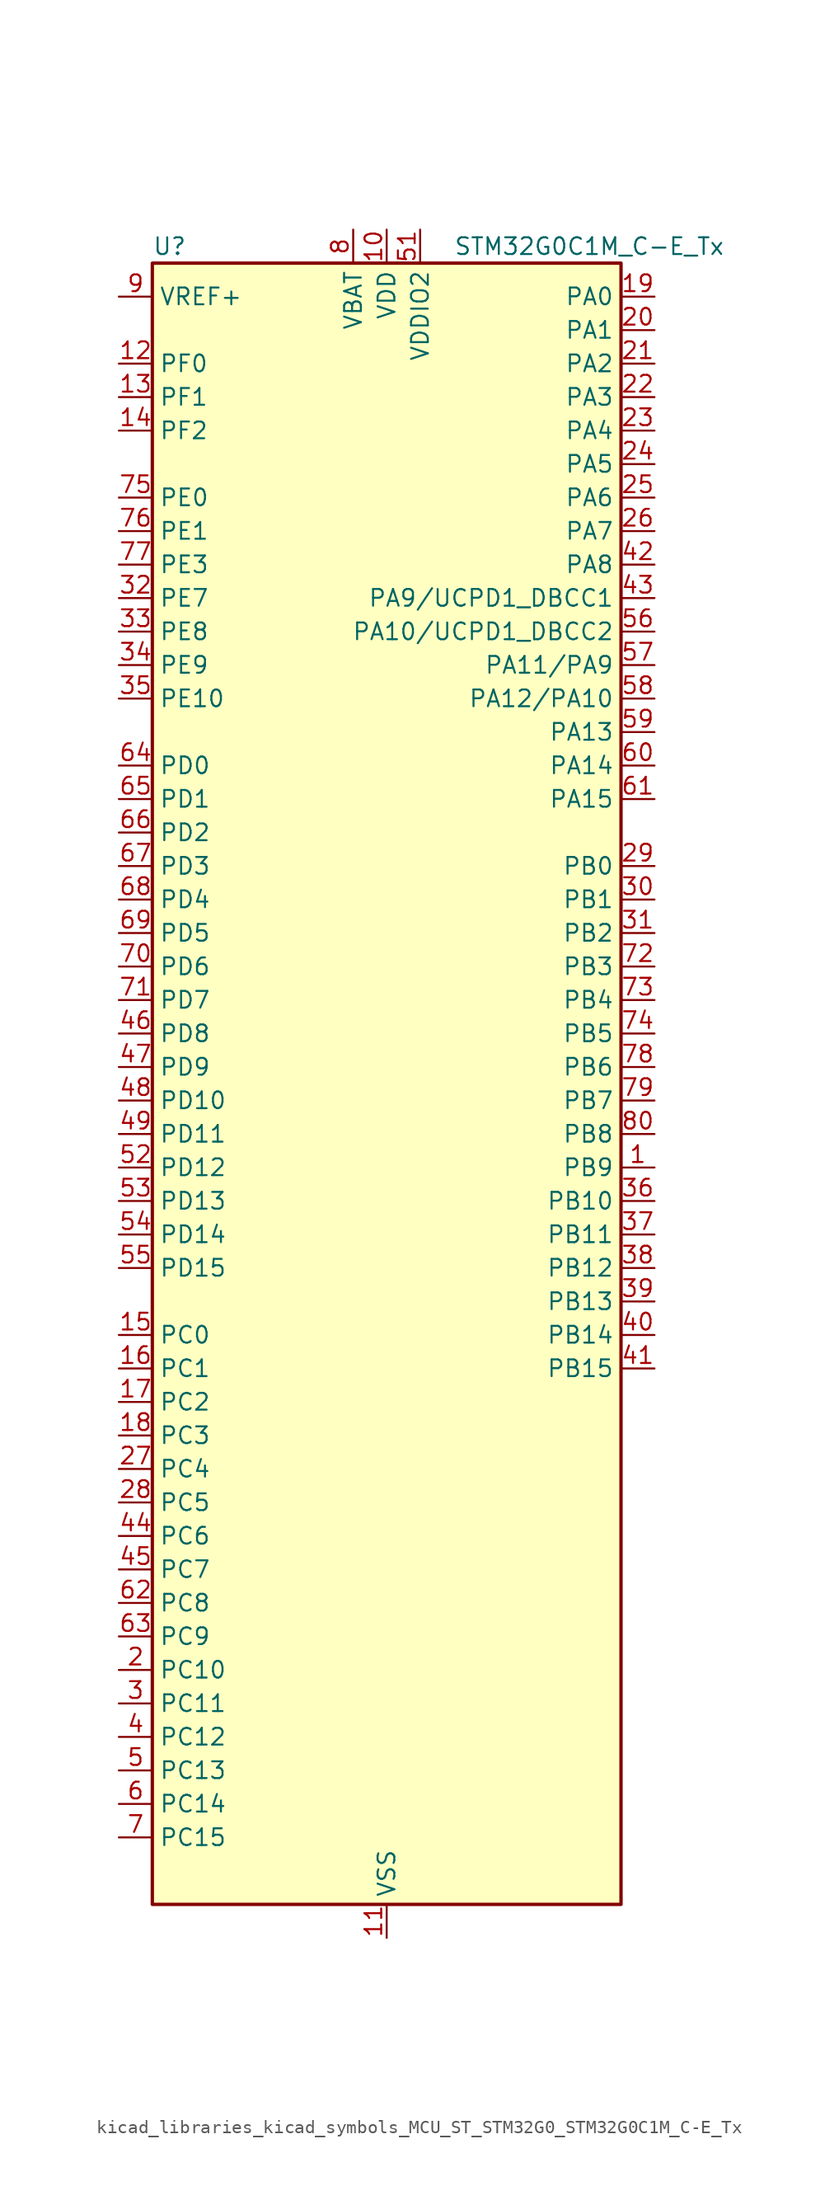
<source format=kicad_sym>
(kicad_symbol_lib
  (version 20220914)
  (generator kicad_symbol_editor)
  (symbol "kicad_libraries_kicad_symbols_MCU_ST_STM32G0_STM32G0C1M_C-E_Tx"
    (property "Reference" "U"
      (at -17.78 64.77 0)
      (effects (font (size 1.27 1.27)) (justify left)))
    (property "Value" "STM32G0C1M_C-E_Tx"
      (at 5.08 64.77 0)
      (effects (font (size 1.27 1.27)) (justify left)))
    (property "ki_locked" ""
      (at 0 0 0)
      (effects (font (size 1.27 1.27))))
    (symbol "kicad_libraries_kicad_symbols_MCU_ST_STM32G0_STM32G0C1M_C-E_Tx_0_1"
      (rectangle (start -17.78 -60.96) (end 17.78 63.5) (stroke (width 0.254) (type default)) (fill (type background))))
    (symbol "kicad_libraries_kicad_symbols_MCU_ST_STM32G0_STM32G0C1M_C-E_Tx_1_1"
      (pin bidirectional line (at 20.32 -5.08 180) (length 2.54) (name "PB9" (effects (font (size 1.27 1.27)))) (number "1" (effects (font (size 1.27 1.27)))) (alternate "DAC1_EXTI9" bidirectional line) (alternate "FDCAN1_TX" bidirectional line) (alternate "I2C1_SDA" bidirectional line) (alternate "I2S2_WS" bidirectional line) (alternate "IR_OUT" bidirectional line) (alternate "SPI2_NSS" bidirectional line) (alternate "TIM17_CH1" bidirectional line) (alternate "TIM4_CH4" bidirectional line) (alternate "UCPD2_FRSTX1" bidirectional line) (alternate "UCPD2_FRSTX2" bidirectional line) (alternate "USART3_RX" bidirectional line) (alternate "USART6_RX" bidirectional line))
      (pin power_in line (at 0 66.04 270) (length 2.54) (name "VDD" (effects (font (size 1.27 1.27)))) (number "10" (effects (font (size 1.27 1.27)))))
      (pin power_in line (at 0 -63.5 90) (length 2.54) (name "VSS" (effects (font (size 1.27 1.27)))) (number "11" (effects (font (size 1.27 1.27)))))
      (pin bidirectional line (at -20.32 55.88 0) (length 2.54) (name "PF0" (effects (font (size 1.27 1.27)))) (number "12" (effects (font (size 1.27 1.27)))) (alternate "CRS1_SYNC" bidirectional line) (alternate "RCC_OSC_IN" bidirectional line) (alternate "TIM14_CH1" bidirectional line))
      (pin bidirectional line (at -20.32 53.34 0) (length 2.54) (name "PF1" (effects (font (size 1.27 1.27)))) (number "13" (effects (font (size 1.27 1.27)))) (alternate "RCC_OSC_EN" bidirectional line) (alternate "RCC_OSC_OUT" bidirectional line) (alternate "TIM15_CH1N" bidirectional line))
      (pin bidirectional line (at -20.32 50.8 0) (length 2.54) (name "PF2" (effects (font (size 1.27 1.27)))) (number "14" (effects (font (size 1.27 1.27)))) (alternate "LPUART2_DE" bidirectional line) (alternate "LPUART2_RTS" bidirectional line) (alternate "LPUART2_TX" bidirectional line) (alternate "RCC_MCO" bidirectional line))
      (pin bidirectional line (at -20.32 -17.78 0) (length 2.54) (name "PC0" (effects (font (size 1.27 1.27)))) (number "15" (effects (font (size 1.27 1.27)))) (alternate "COMP3_INM" bidirectional line) (alternate "COMP3_OUT" bidirectional line) (alternate "I2C3_SCL" bidirectional line) (alternate "LPTIM1_IN1" bidirectional line) (alternate "LPTIM2_IN1" bidirectional line) (alternate "LPUART1_RX" bidirectional line) (alternate "LPUART2_TX" bidirectional line) (alternate "USART6_TX" bidirectional line))
      (pin bidirectional line (at -20.32 -20.32 0) (length 2.54) (name "PC1" (effects (font (size 1.27 1.27)))) (number "16" (effects (font (size 1.27 1.27)))) (alternate "COMP3_INP" bidirectional line) (alternate "I2C3_SDA" bidirectional line) (alternate "LPTIM1_OUT" bidirectional line) (alternate "LPUART1_TX" bidirectional line) (alternate "LPUART2_RX" bidirectional line) (alternate "TIM15_CH1" bidirectional line) (alternate "USART6_RX" bidirectional line))
      (pin bidirectional line (at -20.32 -22.86 0) (length 2.54) (name "PC2" (effects (font (size 1.27 1.27)))) (number "17" (effects (font (size 1.27 1.27)))) (alternate "COMP3_OUT" bidirectional line) (alternate "FDCAN2_RX" bidirectional line) (alternate "I2S2_MCK" bidirectional line) (alternate "LPTIM1_IN2" bidirectional line) (alternate "SPI2_MISO" bidirectional line) (alternate "TIM15_CH2" bidirectional line))
      (pin bidirectional line (at -20.32 -25.4 0) (length 2.54) (name "PC3" (effects (font (size 1.27 1.27)))) (number "18" (effects (font (size 1.27 1.27)))) (alternate "FDCAN2_TX" bidirectional line) (alternate "I2S2_SD" bidirectional line) (alternate "LPTIM1_ETR" bidirectional line) (alternate "LPTIM2_ETR" bidirectional line) (alternate "SPI2_MOSI" bidirectional line))
      (pin bidirectional line (at 20.32 60.96 180) (length 2.54) (name "PA0" (effects (font (size 1.27 1.27)))) (number "19" (effects (font (size 1.27 1.27)))) (alternate "ADC1_IN0" bidirectional line) (alternate "COMP1_INM" bidirectional line) (alternate "COMP1_OUT" bidirectional line) (alternate "I2S2_CK" bidirectional line) (alternate "LPTIM1_OUT" bidirectional line) (alternate "RTC_TAMP_IN2" bidirectional line) (alternate "SPI2_SCK" bidirectional line) (alternate "SYS_WKUP1" bidirectional line) (alternate "TIM2_CH1" bidirectional line) (alternate "TIM2_ETR" bidirectional line) (alternate "UCPD2_FRSTX1" bidirectional line) (alternate "UCPD2_FRSTX2" bidirectional line) (alternate "USART2_CTS" bidirectional line) (alternate "USART2_NSS" bidirectional line) (alternate "USART4_TX" bidirectional line))
      (pin bidirectional line (at -20.32 -43.18 0) (length 2.54) (name "PC10" (effects (font (size 1.27 1.27)))) (number "2" (effects (font (size 1.27 1.27)))) (alternate "SPI3_SCK" bidirectional line) (alternate "TIM1_CH3" bidirectional line) (alternate "USART3_TX" bidirectional line) (alternate "USART4_TX" bidirectional line))
      (pin bidirectional line (at 20.32 58.42 180) (length 2.54) (name "PA1" (effects (font (size 1.27 1.27)))) (number "20" (effects (font (size 1.27 1.27)))) (alternate "ADC1_IN1" bidirectional line) (alternate "COMP1_INP" bidirectional line) (alternate "I2C1_SMBA" bidirectional line) (alternate "I2S1_CK" bidirectional line) (alternate "SPI1_SCK" bidirectional line) (alternate "TIM15_CH1N" bidirectional line) (alternate "TIM2_CH2" bidirectional line) (alternate "USART2_CK" bidirectional line) (alternate "USART2_DE" bidirectional line) (alternate "USART2_RTS" bidirectional line) (alternate "USART4_RX" bidirectional line))
      (pin bidirectional line (at 20.32 55.88 180) (length 2.54) (name "PA2" (effects (font (size 1.27 1.27)))) (number "21" (effects (font (size 1.27 1.27)))) (alternate "ADC1_IN2" bidirectional line) (alternate "COMP2_INM" bidirectional line) (alternate "COMP2_OUT" bidirectional line) (alternate "I2S1_SD" bidirectional line) (alternate "LPUART1_TX" bidirectional line) (alternate "RCC_LSCO" bidirectional line) (alternate "SPI1_MOSI" bidirectional line) (alternate "SYS_WKUP4" bidirectional line) (alternate "TIM15_CH1" bidirectional line) (alternate "TIM2_CH3" bidirectional line) (alternate "UCPD1_FRSTX1" bidirectional line) (alternate "UCPD1_FRSTX2" bidirectional line) (alternate "USART2_TX" bidirectional line))
      (pin bidirectional line (at 20.32 53.34 180) (length 2.54) (name "PA3" (effects (font (size 1.27 1.27)))) (number "22" (effects (font (size 1.27 1.27)))) (alternate "ADC1_IN3" bidirectional line) (alternate "COMP2_INP" bidirectional line) (alternate "I2S2_MCK" bidirectional line) (alternate "LPUART1_RX" bidirectional line) (alternate "SPI2_MISO" bidirectional line) (alternate "TIM15_CH2" bidirectional line) (alternate "TIM2_CH4" bidirectional line) (alternate "UCPD2_FRSTX1" bidirectional line) (alternate "UCPD2_FRSTX2" bidirectional line) (alternate "USART2_RX" bidirectional line))
      (pin bidirectional line (at 20.32 50.8 180) (length 2.54) (name "PA4" (effects (font (size 1.27 1.27)))) (number "23" (effects (font (size 1.27 1.27)))) (alternate "ADC1_IN4" bidirectional line) (alternate "DAC1_OUT1" bidirectional line) (alternate "I2S1_WS" bidirectional line) (alternate "I2S2_SD" bidirectional line) (alternate "LPTIM2_OUT" bidirectional line) (alternate "RTC_OUT2" bidirectional line) (alternate "SPI1_NSS" bidirectional line) (alternate "SPI2_MOSI" bidirectional line) (alternate "SPI3_NSS" bidirectional line) (alternate "TIM14_CH1" bidirectional line) (alternate "UCPD2_FRSTX1" bidirectional line) (alternate "UCPD2_FRSTX2" bidirectional line) (alternate "USART6_TX" bidirectional line) (alternate "USB_NOE" bidirectional line))
      (pin bidirectional line (at 20.32 48.26 180) (length 2.54) (name "PA5" (effects (font (size 1.27 1.27)))) (number "24" (effects (font (size 1.27 1.27)))) (alternate "ADC1_IN5" bidirectional line) (alternate "CEC" bidirectional line) (alternate "DAC1_OUT2" bidirectional line) (alternate "I2S1_CK" bidirectional line) (alternate "LPTIM2_ETR" bidirectional line) (alternate "SPI1_SCK" bidirectional line) (alternate "TIM2_CH1" bidirectional line) (alternate "TIM2_ETR" bidirectional line) (alternate "UCPD1_FRSTX1" bidirectional line) (alternate "UCPD1_FRSTX2" bidirectional line) (alternate "USART3_TX" bidirectional line) (alternate "USART6_RX" bidirectional line))
      (pin bidirectional line (at 20.32 45.72 180) (length 2.54) (name "PA6" (effects (font (size 1.27 1.27)))) (number "25" (effects (font (size 1.27 1.27)))) (alternate "ADC1_IN6" bidirectional line) (alternate "COMP1_OUT" bidirectional line) (alternate "I2C2_SDA" bidirectional line) (alternate "I2C3_SDA" bidirectional line) (alternate "I2S1_MCK" bidirectional line) (alternate "LPUART1_CTS" bidirectional line) (alternate "SPI1_MISO" bidirectional line) (alternate "TIM16_CH1" bidirectional line) (alternate "TIM1_BK" bidirectional line) (alternate "TIM3_CH1" bidirectional line) (alternate "USART3_CTS" bidirectional line) (alternate "USART3_NSS" bidirectional line) (alternate "USART6_CTS" bidirectional line) (alternate "USART6_NSS" bidirectional line))
      (pin bidirectional line (at 20.32 43.18 180) (length 2.54) (name "PA7" (effects (font (size 1.27 1.27)))) (number "26" (effects (font (size 1.27 1.27)))) (alternate "ADC1_IN7" bidirectional line) (alternate "COMP2_OUT" bidirectional line) (alternate "I2C2_SCL" bidirectional line) (alternate "I2C3_SCL" bidirectional line) (alternate "I2S1_SD" bidirectional line) (alternate "SPI1_MOSI" bidirectional line) (alternate "TIM14_CH1" bidirectional line) (alternate "TIM17_CH1" bidirectional line) (alternate "TIM1_CH1N" bidirectional line) (alternate "TIM3_CH2" bidirectional line) (alternate "UCPD1_FRSTX1" bidirectional line) (alternate "UCPD1_FRSTX2" bidirectional line) (alternate "USART6_CK" bidirectional line) (alternate "USART6_DE" bidirectional line) (alternate "USART6_RTS" bidirectional line))
      (pin bidirectional line (at -20.32 -27.94 0) (length 2.54) (name "PC4" (effects (font (size 1.27 1.27)))) (number "27" (effects (font (size 1.27 1.27)))) (alternate "ADC1_IN17" bidirectional line) (alternate "COMP1_INM" bidirectional line) (alternate "FDCAN1_RX" bidirectional line) (alternate "TIM2_CH1" bidirectional line) (alternate "TIM2_ETR" bidirectional line) (alternate "USART1_TX" bidirectional line) (alternate "USART3_TX" bidirectional line))
      (pin bidirectional line (at -20.32 -30.48 0) (length 2.54) (name "PC5" (effects (font (size 1.27 1.27)))) (number "28" (effects (font (size 1.27 1.27)))) (alternate "ADC1_IN18" bidirectional line) (alternate "COMP1_INP" bidirectional line) (alternate "FDCAN1_TX" bidirectional line) (alternate "SYS_WKUP5" bidirectional line) (alternate "TIM2_CH2" bidirectional line) (alternate "USART1_RX" bidirectional line) (alternate "USART3_RX" bidirectional line))
      (pin bidirectional line (at 20.32 17.78 180) (length 2.54) (name "PB0" (effects (font (size 1.27 1.27)))) (number "29" (effects (font (size 1.27 1.27)))) (alternate "ADC1_IN8" bidirectional line) (alternate "COMP1_OUT" bidirectional line) (alternate "COMP3_INP" bidirectional line) (alternate "FDCAN2_RX" bidirectional line) (alternate "I2S1_WS" bidirectional line) (alternate "LPTIM1_OUT" bidirectional line) (alternate "LPUART2_CTS" bidirectional line) (alternate "SPI1_NSS" bidirectional line) (alternate "TIM1_CH2N" bidirectional line) (alternate "TIM3_CH3" bidirectional line) (alternate "UCPD1_FRSTX1" bidirectional line) (alternate "UCPD1_FRSTX2" bidirectional line) (alternate "USART3_RX" bidirectional line) (alternate "USART5_TX" bidirectional line))
      (pin bidirectional line (at -20.32 -45.72 0) (length 2.54) (name "PC11" (effects (font (size 1.27 1.27)))) (number "3" (effects (font (size 1.27 1.27)))) (alternate "ADC1_EXTI11" bidirectional line) (alternate "SPI3_MISO" bidirectional line) (alternate "TIM1_CH4" bidirectional line) (alternate "USART3_RX" bidirectional line) (alternate "USART4_RX" bidirectional line))
      (pin bidirectional line (at 20.32 15.24 180) (length 2.54) (name "PB1" (effects (font (size 1.27 1.27)))) (number "30" (effects (font (size 1.27 1.27)))) (alternate "ADC1_IN9" bidirectional line) (alternate "COMP1_INM" bidirectional line) (alternate "COMP3_OUT" bidirectional line) (alternate "FDCAN2_TX" bidirectional line) (alternate "LPTIM2_IN1" bidirectional line) (alternate "LPUART1_DE" bidirectional line) (alternate "LPUART1_RTS" bidirectional line) (alternate "LPUART2_DE" bidirectional line) (alternate "LPUART2_RTS" bidirectional line) (alternate "TIM14_CH1" bidirectional line) (alternate "TIM1_CH3N" bidirectional line) (alternate "TIM3_CH4" bidirectional line) (alternate "USART3_CK" bidirectional line) (alternate "USART3_DE" bidirectional line) (alternate "USART3_RTS" bidirectional line) (alternate "USART5_RX" bidirectional line))
      (pin bidirectional line (at 20.32 12.7 180) (length 2.54) (name "PB2" (effects (font (size 1.27 1.27)))) (number "31" (effects (font (size 1.27 1.27)))) (alternate "ADC1_IN10" bidirectional line) (alternate "COMP1_INP" bidirectional line) (alternate "COMP3_INM" bidirectional line) (alternate "I2S2_MCK" bidirectional line) (alternate "LPTIM1_OUT" bidirectional line) (alternate "RCC_MCO_2" bidirectional line) (alternate "SPI2_MISO" bidirectional line) (alternate "USART3_TX" bidirectional line))
      (pin bidirectional line (at -20.32 38.1 0) (length 2.54) (name "PE7" (effects (font (size 1.27 1.27)))) (number "32" (effects (font (size 1.27 1.27)))) (alternate "COMP3_INP" bidirectional line) (alternate "TIM1_ETR" bidirectional line) (alternate "USART5_CK" bidirectional line) (alternate "USART5_DE" bidirectional line) (alternate "USART5_RTS" bidirectional line))
      (pin bidirectional line (at -20.32 35.56 0) (length 2.54) (name "PE8" (effects (font (size 1.27 1.27)))) (number "33" (effects (font (size 1.27 1.27)))) (alternate "COMP3_INM" bidirectional line) (alternate "TIM1_CH1N" bidirectional line) (alternate "USART4_TX" bidirectional line))
      (pin bidirectional line (at -20.32 33.02 0) (length 2.54) (name "PE9" (effects (font (size 1.27 1.27)))) (number "34" (effects (font (size 1.27 1.27)))) (alternate "DAC1_EXTI9" bidirectional line) (alternate "TIM1_CH1" bidirectional line) (alternate "USART4_RX" bidirectional line))
      (pin bidirectional line (at -20.32 30.48 0) (length 2.54) (name "PE10" (effects (font (size 1.27 1.27)))) (number "35" (effects (font (size 1.27 1.27)))) (alternate "TIM1_CH2N" bidirectional line) (alternate "USART5_TX" bidirectional line))
      (pin bidirectional line (at 20.32 -7.62 180) (length 2.54) (name "PB10" (effects (font (size 1.27 1.27)))) (number "36" (effects (font (size 1.27 1.27)))) (alternate "ADC1_IN11" bidirectional line) (alternate "CEC" bidirectional line) (alternate "COMP1_OUT" bidirectional line) (alternate "I2C2_SCL" bidirectional line) (alternate "I2S2_CK" bidirectional line) (alternate "LPUART1_RX" bidirectional line) (alternate "SPI2_SCK" bidirectional line) (alternate "TIM2_CH3" bidirectional line) (alternate "USART3_TX" bidirectional line))
      (pin bidirectional line (at 20.32 -10.16 180) (length 2.54) (name "PB11" (effects (font (size 1.27 1.27)))) (number "37" (effects (font (size 1.27 1.27)))) (alternate "ADC1_EXTI11" bidirectional line) (alternate "ADC1_IN15" bidirectional line) (alternate "COMP2_OUT" bidirectional line) (alternate "I2C2_SDA" bidirectional line) (alternate "I2S2_SD" bidirectional line) (alternate "LPUART1_TX" bidirectional line) (alternate "SPI2_MOSI" bidirectional line) (alternate "TIM2_CH4" bidirectional line) (alternate "USART3_RX" bidirectional line))
      (pin bidirectional line (at 20.32 -12.7 180) (length 2.54) (name "PB12" (effects (font (size 1.27 1.27)))) (number "38" (effects (font (size 1.27 1.27)))) (alternate "ADC1_IN16" bidirectional line) (alternate "FDCAN2_RX" bidirectional line) (alternate "I2C2_SMBA" bidirectional line) (alternate "I2S2_WS" bidirectional line) (alternate "LPUART1_DE" bidirectional line) (alternate "LPUART1_RTS" bidirectional line) (alternate "SPI2_NSS" bidirectional line) (alternate "TIM15_BK" bidirectional line) (alternate "TIM1_BK" bidirectional line) (alternate "UCPD2_FRSTX1" bidirectional line) (alternate "UCPD2_FRSTX2" bidirectional line))
      (pin bidirectional line (at 20.32 -15.24 180) (length 2.54) (name "PB13" (effects (font (size 1.27 1.27)))) (number "39" (effects (font (size 1.27 1.27)))) (alternate "FDCAN2_TX" bidirectional line) (alternate "I2C2_SCL" bidirectional line) (alternate "I2S2_CK" bidirectional line) (alternate "LPUART1_CTS" bidirectional line) (alternate "SPI2_SCK" bidirectional line) (alternate "TIM15_CH1N" bidirectional line) (alternate "TIM1_CH1N" bidirectional line) (alternate "USART3_CTS" bidirectional line) (alternate "USART3_NSS" bidirectional line))
      (pin bidirectional line (at -20.32 -48.26 0) (length 2.54) (name "PC12" (effects (font (size 1.27 1.27)))) (number "4" (effects (font (size 1.27 1.27)))) (alternate "LPTIM1_IN1" bidirectional line) (alternate "SPI3_MOSI" bidirectional line) (alternate "TIM14_CH1" bidirectional line) (alternate "UCPD1_FRSTX1" bidirectional line) (alternate "UCPD1_FRSTX2" bidirectional line) (alternate "USART5_TX" bidirectional line))
      (pin bidirectional line (at 20.32 -17.78 180) (length 2.54) (name "PB14" (effects (font (size 1.27 1.27)))) (number "40" (effects (font (size 1.27 1.27)))) (alternate "I2C2_SDA" bidirectional line) (alternate "I2S2_MCK" bidirectional line) (alternate "SPI2_MISO" bidirectional line) (alternate "TIM15_CH1" bidirectional line) (alternate "TIM1_CH2N" bidirectional line) (alternate "UCPD1_FRSTX1" bidirectional line) (alternate "UCPD1_FRSTX2" bidirectional line) (alternate "USART3_CK" bidirectional line) (alternate "USART3_DE" bidirectional line) (alternate "USART3_RTS" bidirectional line) (alternate "USART6_CK" bidirectional line) (alternate "USART6_DE" bidirectional line) (alternate "USART6_RTS" bidirectional line))
      (pin bidirectional line (at 20.32 -20.32 180) (length 2.54) (name "PB15" (effects (font (size 1.27 1.27)))) (number "41" (effects (font (size 1.27 1.27)))) (alternate "I2S2_SD" bidirectional line) (alternate "RTC_REFIN" bidirectional line) (alternate "SPI2_MOSI" bidirectional line) (alternate "TIM15_CH1N" bidirectional line) (alternate "TIM15_CH2" bidirectional line) (alternate "TIM1_CH3N" bidirectional line) (alternate "UCPD1_CC2" bidirectional line) (alternate "USART6_CTS" bidirectional line) (alternate "USART6_NSS" bidirectional line))
      (pin bidirectional line (at 20.32 40.64 180) (length 2.54) (name "PA8" (effects (font (size 1.27 1.27)))) (number "42" (effects (font (size 1.27 1.27)))) (alternate "CRS1_SYNC" bidirectional line) (alternate "I2C2_SMBA" bidirectional line) (alternate "I2S2_WS" bidirectional line) (alternate "LPTIM2_OUT" bidirectional line) (alternate "RCC_MCO" bidirectional line) (alternate "SPI2_NSS" bidirectional line) (alternate "TIM1_CH1" bidirectional line) (alternate "UCPD1_CC1" bidirectional line))
      (pin bidirectional line (at 20.32 38.1 180) (length 2.54) (name "PA9/UCPD1_DBCC1" (effects (font (size 1.27 1.27)))) (number "43" (effects (font (size 1.27 1.27)))) (alternate "DAC1_EXTI9" bidirectional line) (alternate "I2C1_SCL" bidirectional line) (alternate "I2C2_SCL" bidirectional line) (alternate "I2S2_MCK" bidirectional line) (alternate "RCC_MCO" bidirectional line) (alternate "SPI2_MISO" bidirectional line) (alternate "TIM15_BK" bidirectional line) (alternate "TIM1_CH2" bidirectional line) (alternate "UCPD1_DBCC1" bidirectional line) (alternate "USART1_TX" bidirectional line))
      (pin bidirectional line (at -20.32 -33.02 0) (length 2.54) (name "PC6" (effects (font (size 1.27 1.27)))) (number "44" (effects (font (size 1.27 1.27)))) (alternate "LPUART2_TX" bidirectional line) (alternate "TIM2_CH3" bidirectional line) (alternate "TIM3_CH1" bidirectional line) (alternate "UCPD1_FRSTX1" bidirectional line) (alternate "UCPD1_FRSTX2" bidirectional line))
      (pin bidirectional line (at -20.32 -35.56 0) (length 2.54) (name "PC7" (effects (font (size 1.27 1.27)))) (number "45" (effects (font (size 1.27 1.27)))) (alternate "LPUART2_RX" bidirectional line) (alternate "TIM2_CH4" bidirectional line) (alternate "TIM3_CH2" bidirectional line) (alternate "UCPD2_FRSTX1" bidirectional line) (alternate "UCPD2_FRSTX2" bidirectional line))
      (pin bidirectional line (at -20.32 5.08 0) (length 2.54) (name "PD8" (effects (font (size 1.27 1.27)))) (number "46" (effects (font (size 1.27 1.27)))) (alternate "I2S1_CK" bidirectional line) (alternate "LPTIM1_OUT" bidirectional line) (alternate "SPI1_SCK" bidirectional line) (alternate "USART3_TX" bidirectional line))
      (pin bidirectional line (at -20.32 2.54 0) (length 2.54) (name "PD9" (effects (font (size 1.27 1.27)))) (number "47" (effects (font (size 1.27 1.27)))) (alternate "DAC1_EXTI9" bidirectional line) (alternate "I2S1_WS" bidirectional line) (alternate "SPI1_NSS" bidirectional line) (alternate "TIM1_BK2" bidirectional line) (alternate "USART3_RX" bidirectional line))
      (pin bidirectional line (at -20.32 0 0) (length 2.54) (name "PD10" (effects (font (size 1.27 1.27)))) (number "48" (effects (font (size 1.27 1.27)))) (alternate "RCC_MCO" bidirectional line))
      (pin bidirectional line (at -20.32 -2.54 0) (length 2.54) (name "PD11" (effects (font (size 1.27 1.27)))) (number "49" (effects (font (size 1.27 1.27)))) (alternate "ADC1_EXTI11" bidirectional line) (alternate "LPTIM2_ETR" bidirectional line) (alternate "USART3_CTS" bidirectional line) (alternate "USART3_NSS" bidirectional line))
      (pin bidirectional line (at -20.32 -50.8 0) (length 2.54) (name "PC13" (effects (font (size 1.27 1.27)))) (number "5" (effects (font (size 1.27 1.27)))) (alternate "RTC_OUT1" bidirectional line) (alternate "RTC_TAMP_IN1" bidirectional line) (alternate "RTC_TS" bidirectional line) (alternate "SYS_WKUP2" bidirectional line) (alternate "TIM1_BK" bidirectional line))
      (pin passive line (at 0 -63.5 90) (length 2.54) hide (name "VSS" (effects (font (size 1.27 1.27)))) (number "50" (effects (font (size 1.27 1.27)))))
      (pin power_in line (at 2.54 66.04 270) (length 2.54) (name "VDDIO2" (effects (font (size 1.27 1.27)))) (number "51" (effects (font (size 1.27 1.27)))))
      (pin bidirectional line (at -20.32 -5.08 0) (length 2.54) (name "PD12" (effects (font (size 1.27 1.27)))) (number "52" (effects (font (size 1.27 1.27)))) (alternate "FDCAN1_RX" bidirectional line) (alternate "LPTIM2_IN1" bidirectional line) (alternate "TIM4_CH1" bidirectional line) (alternate "USART3_CK" bidirectional line) (alternate "USART3_DE" bidirectional line) (alternate "USART3_RTS" bidirectional line))
      (pin bidirectional line (at -20.32 -7.62 0) (length 2.54) (name "PD13" (effects (font (size 1.27 1.27)))) (number "53" (effects (font (size 1.27 1.27)))) (alternate "FDCAN1_TX" bidirectional line) (alternate "LPTIM2_OUT" bidirectional line) (alternate "TIM4_CH2" bidirectional line))
      (pin bidirectional line (at -20.32 -10.16 0) (length 2.54) (name "PD14" (effects (font (size 1.27 1.27)))) (number "54" (effects (font (size 1.27 1.27)))) (alternate "FDCAN2_RX" bidirectional line) (alternate "LPUART2_CTS" bidirectional line) (alternate "TIM4_CH3" bidirectional line))
      (pin bidirectional line (at -20.32 -12.7 0) (length 2.54) (name "PD15" (effects (font (size 1.27 1.27)))) (number "55" (effects (font (size 1.27 1.27)))) (alternate "CRS1_SYNC" bidirectional line) (alternate "FDCAN2_TX" bidirectional line) (alternate "LPUART2_DE" bidirectional line) (alternate "LPUART2_RTS" bidirectional line) (alternate "TIM4_CH4" bidirectional line))
      (pin bidirectional line (at 20.32 35.56 180) (length 2.54) (name "PA10/UCPD1_DBCC2" (effects (font (size 1.27 1.27)))) (number "56" (effects (font (size 1.27 1.27)))) (alternate "I2C1_SDA" bidirectional line) (alternate "I2C2_SDA" bidirectional line) (alternate "I2S2_SD" bidirectional line) (alternate "RCC_MCO_2" bidirectional line) (alternate "SPI2_MOSI" bidirectional line) (alternate "TIM17_BK" bidirectional line) (alternate "TIM1_CH3" bidirectional line) (alternate "UCPD1_DBCC2" bidirectional line) (alternate "USART1_RX" bidirectional line))
      (pin bidirectional line (at 20.32 33.02 180) (length 2.54) (name "PA11/PA9" (effects (font (size 1.27 1.27)))) (number "57" (effects (font (size 1.27 1.27)))) (alternate "ADC1_EXTI11" bidirectional line) (alternate "COMP1_OUT" bidirectional line) (alternate "FDCAN1_RX" bidirectional line) (alternate "I2C2_SCL" bidirectional line) (alternate "I2S1_MCK" bidirectional line) (alternate "SPI1_MISO" bidirectional line) (alternate "TIM1_BK2" bidirectional line) (alternate "TIM1_CH4" bidirectional line) (alternate "USART1_CTS" bidirectional line) (alternate "USART1_NSS" bidirectional line) (alternate "USB_DM" bidirectional line))
      (pin bidirectional line (at 20.32 30.48 180) (length 2.54) (name "PA12/PA10" (effects (font (size 1.27 1.27)))) (number "58" (effects (font (size 1.27 1.27)))) (alternate "COMP2_OUT" bidirectional line) (alternate "FDCAN1_TX" bidirectional line) (alternate "I2C2_SDA" bidirectional line) (alternate "I2S1_SD" bidirectional line) (alternate "I2S_CKIN" bidirectional line) (alternate "SPI1_MOSI" bidirectional line) (alternate "TIM1_ETR" bidirectional line) (alternate "USART1_CK" bidirectional line) (alternate "USART1_DE" bidirectional line) (alternate "USART1_RTS" bidirectional line) (alternate "USB_DP" bidirectional line))
      (pin bidirectional line (at 20.32 27.94 180) (length 2.54) (name "PA13" (effects (font (size 1.27 1.27)))) (number "59" (effects (font (size 1.27 1.27)))) (alternate "IR_OUT" bidirectional line) (alternate "LPUART2_RX" bidirectional line) (alternate "SYS_SWDIO" bidirectional line) (alternate "USB_NOE" bidirectional line))
      (pin bidirectional line (at -20.32 -53.34 0) (length 2.54) (name "PC14" (effects (font (size 1.27 1.27)))) (number "6" (effects (font (size 1.27 1.27)))) (alternate "RCC_OSC32_IN" bidirectional line) (alternate "TIM1_BK2" bidirectional line))
      (pin bidirectional line (at 20.32 25.4 180) (length 2.54) (name "PA14" (effects (font (size 1.27 1.27)))) (number "60" (effects (font (size 1.27 1.27)))) (alternate "LPUART2_TX" bidirectional line) (alternate "SYS_SWCLK" bidirectional line) (alternate "USART2_TX" bidirectional line))
      (pin bidirectional line (at 20.32 22.86 180) (length 2.54) (name "PA15" (effects (font (size 1.27 1.27)))) (number "61" (effects (font (size 1.27 1.27)))) (alternate "I2C2_SMBA" bidirectional line) (alternate "I2S1_WS" bidirectional line) (alternate "RCC_MCO_2" bidirectional line) (alternate "SPI1_NSS" bidirectional line) (alternate "SPI3_NSS" bidirectional line) (alternate "TIM2_CH1" bidirectional line) (alternate "TIM2_ETR" bidirectional line) (alternate "USART2_RX" bidirectional line) (alternate "USART3_CK" bidirectional line) (alternate "USART3_DE" bidirectional line) (alternate "USART3_RTS" bidirectional line) (alternate "USART4_CK" bidirectional line) (alternate "USART4_DE" bidirectional line) (alternate "USART4_RTS" bidirectional line) (alternate "USB_NOE" bidirectional line))
      (pin bidirectional line (at -20.32 -38.1 0) (length 2.54) (name "PC8" (effects (font (size 1.27 1.27)))) (number "62" (effects (font (size 1.27 1.27)))) (alternate "LPUART2_CTS" bidirectional line) (alternate "TIM1_CH1" bidirectional line) (alternate "TIM3_CH3" bidirectional line) (alternate "UCPD2_FRSTX1" bidirectional line) (alternate "UCPD2_FRSTX2" bidirectional line))
      (pin bidirectional line (at -20.32 -40.64 0) (length 2.54) (name "PC9" (effects (font (size 1.27 1.27)))) (number "63" (effects (font (size 1.27 1.27)))) (alternate "DAC1_EXTI9" bidirectional line) (alternate "I2S_CKIN" bidirectional line) (alternate "LPUART2_DE" bidirectional line) (alternate "LPUART2_RTS" bidirectional line) (alternate "TIM1_CH2" bidirectional line) (alternate "TIM3_CH4" bidirectional line) (alternate "USB_NOE" bidirectional line))
      (pin bidirectional line (at -20.32 25.4 0) (length 2.54) (name "PD0" (effects (font (size 1.27 1.27)))) (number "64" (effects (font (size 1.27 1.27)))) (alternate "FDCAN1_RX" bidirectional line) (alternate "I2S2_WS" bidirectional line) (alternate "SPI2_NSS" bidirectional line) (alternate "TIM16_CH1" bidirectional line) (alternate "UCPD2_CC1" bidirectional line))
      (pin bidirectional line (at -20.32 22.86 0) (length 2.54) (name "PD1" (effects (font (size 1.27 1.27)))) (number "65" (effects (font (size 1.27 1.27)))) (alternate "FDCAN1_TX" bidirectional line) (alternate "I2S2_CK" bidirectional line) (alternate "SPI2_SCK" bidirectional line) (alternate "TIM17_CH1" bidirectional line) (alternate "UCPD2_DBCC1" bidirectional line))
      (pin bidirectional line (at -20.32 20.32 0) (length 2.54) (name "PD2" (effects (font (size 1.27 1.27)))) (number "66" (effects (font (size 1.27 1.27)))) (alternate "TIM1_CH1N" bidirectional line) (alternate "TIM3_ETR" bidirectional line) (alternate "UCPD2_CC2" bidirectional line) (alternate "USART3_CK" bidirectional line) (alternate "USART3_DE" bidirectional line) (alternate "USART3_RTS" bidirectional line) (alternate "USART5_RX" bidirectional line))
      (pin bidirectional line (at -20.32 17.78 0) (length 2.54) (name "PD3" (effects (font (size 1.27 1.27)))) (number "67" (effects (font (size 1.27 1.27)))) (alternate "I2S2_MCK" bidirectional line) (alternate "SPI2_MISO" bidirectional line) (alternate "TIM1_CH2N" bidirectional line) (alternate "UCPD2_DBCC2" bidirectional line) (alternate "USART2_CTS" bidirectional line) (alternate "USART2_NSS" bidirectional line) (alternate "USART5_TX" bidirectional line))
      (pin bidirectional line (at -20.32 15.24 0) (length 2.54) (name "PD4" (effects (font (size 1.27 1.27)))) (number "68" (effects (font (size 1.27 1.27)))) (alternate "I2S2_SD" bidirectional line) (alternate "SPI2_MOSI" bidirectional line) (alternate "TIM1_CH3N" bidirectional line) (alternate "USART2_CK" bidirectional line) (alternate "USART2_DE" bidirectional line) (alternate "USART2_RTS" bidirectional line) (alternate "USART5_CK" bidirectional line) (alternate "USART5_DE" bidirectional line) (alternate "USART5_RTS" bidirectional line))
      (pin bidirectional line (at -20.32 12.7 0) (length 2.54) (name "PD5" (effects (font (size 1.27 1.27)))) (number "69" (effects (font (size 1.27 1.27)))) (alternate "I2S1_MCK" bidirectional line) (alternate "SPI1_MISO" bidirectional line) (alternate "TIM1_BK" bidirectional line) (alternate "USART2_TX" bidirectional line) (alternate "USART5_CTS" bidirectional line) (alternate "USART5_NSS" bidirectional line))
      (pin bidirectional line (at -20.32 -55.88 0) (length 2.54) (name "PC15" (effects (font (size 1.27 1.27)))) (number "7" (effects (font (size 1.27 1.27)))) (alternate "RCC_OSC32_EN" bidirectional line) (alternate "RCC_OSC32_OUT" bidirectional line) (alternate "RCC_OSC_EN" bidirectional line) (alternate "TIM15_BK" bidirectional line))
      (pin bidirectional line (at -20.32 10.16 0) (length 2.54) (name "PD6" (effects (font (size 1.27 1.27)))) (number "70" (effects (font (size 1.27 1.27)))) (alternate "I2S1_SD" bidirectional line) (alternate "LPTIM2_OUT" bidirectional line) (alternate "SPI1_MOSI" bidirectional line) (alternate "USART2_RX" bidirectional line))
      (pin bidirectional line (at -20.32 7.62 0) (length 2.54) (name "PD7" (effects (font (size 1.27 1.27)))) (number "71" (effects (font (size 1.27 1.27)))) (alternate "RCC_MCO_2" bidirectional line))
      (pin bidirectional line (at 20.32 10.16 180) (length 2.54) (name "PB3" (effects (font (size 1.27 1.27)))) (number "72" (effects (font (size 1.27 1.27)))) (alternate "COMP2_INM" bidirectional line) (alternate "I2C2_SCL" bidirectional line) (alternate "I2C3_SCL" bidirectional line) (alternate "I2S1_CK" bidirectional line) (alternate "SPI1_SCK" bidirectional line) (alternate "SPI3_SCK" bidirectional line) (alternate "TIM1_CH2" bidirectional line) (alternate "TIM2_CH2" bidirectional line) (alternate "USART1_CK" bidirectional line) (alternate "USART1_DE" bidirectional line) (alternate "USART1_RTS" bidirectional line) (alternate "USART5_TX" bidirectional line))
      (pin bidirectional line (at 20.32 7.62 180) (length 2.54) (name "PB4" (effects (font (size 1.27 1.27)))) (number "73" (effects (font (size 1.27 1.27)))) (alternate "COMP2_INP" bidirectional line) (alternate "I2C2_SDA" bidirectional line) (alternate "I2C3_SDA" bidirectional line) (alternate "I2S1_MCK" bidirectional line) (alternate "SPI1_MISO" bidirectional line) (alternate "SPI3_MISO" bidirectional line) (alternate "TIM17_BK" bidirectional line) (alternate "TIM3_CH1" bidirectional line) (alternate "USART1_CTS" bidirectional line) (alternate "USART1_NSS" bidirectional line) (alternate "USART5_RX" bidirectional line))
      (pin bidirectional line (at 20.32 5.08 180) (length 2.54) (name "PB5" (effects (font (size 1.27 1.27)))) (number "74" (effects (font (size 1.27 1.27)))) (alternate "COMP2_OUT" bidirectional line) (alternate "FDCAN2_RX" bidirectional line) (alternate "I2C1_SMBA" bidirectional line) (alternate "I2S1_SD" bidirectional line) (alternate "LPTIM1_IN1" bidirectional line) (alternate "SPI1_MOSI" bidirectional line) (alternate "SPI3_MOSI" bidirectional line) (alternate "SYS_WKUP6" bidirectional line) (alternate "TIM16_BK" bidirectional line) (alternate "TIM3_CH2" bidirectional line) (alternate "USART5_CK" bidirectional line) (alternate "USART5_DE" bidirectional line) (alternate "USART5_RTS" bidirectional line))
      (pin bidirectional line (at -20.32 45.72 0) (length 2.54) (name "PE0" (effects (font (size 1.27 1.27)))) (number "75" (effects (font (size 1.27 1.27)))) (alternate "TIM16_CH1" bidirectional line) (alternate "TIM4_ETR" bidirectional line))
      (pin bidirectional line (at -20.32 43.18 0) (length 2.54) (name "PE1" (effects (font (size 1.27 1.27)))) (number "76" (effects (font (size 1.27 1.27)))) (alternate "TIM17_CH1" bidirectional line))
      (pin bidirectional line (at -20.32 40.64 0) (length 2.54) (name "PE3" (effects (font (size 1.27 1.27)))) (number "77" (effects (font (size 1.27 1.27)))) (alternate "TIM3_CH1" bidirectional line))
      (pin bidirectional line (at 20.32 2.54 180) (length 2.54) (name "PB6" (effects (font (size 1.27 1.27)))) (number "78" (effects (font (size 1.27 1.27)))) (alternate "COMP2_INP" bidirectional line) (alternate "FDCAN2_TX" bidirectional line) (alternate "I2C1_SCL" bidirectional line) (alternate "I2S2_MCK" bidirectional line) (alternate "LPTIM1_ETR" bidirectional line) (alternate "LPUART2_TX" bidirectional line) (alternate "SPI2_MISO" bidirectional line) (alternate "TIM16_CH1N" bidirectional line) (alternate "TIM1_CH3" bidirectional line) (alternate "TIM4_CH1" bidirectional line) (alternate "USART1_TX" bidirectional line) (alternate "USART5_CTS" bidirectional line) (alternate "USART5_NSS" bidirectional line))
      (pin bidirectional line (at 20.32 0 180) (length 2.54) (name "PB7" (effects (font (size 1.27 1.27)))) (number "79" (effects (font (size 1.27 1.27)))) (alternate "COMP2_INM" bidirectional line) (alternate "I2C1_SDA" bidirectional line) (alternate "I2S2_SD" bidirectional line) (alternate "LPTIM1_IN2" bidirectional line) (alternate "LPUART2_RX" bidirectional line) (alternate "SPI2_MOSI" bidirectional line) (alternate "SYS_PVD_IN" bidirectional line) (alternate "TIM17_CH1N" bidirectional line) (alternate "TIM4_CH2" bidirectional line) (alternate "USART1_RX" bidirectional line) (alternate "USART4_CTS" bidirectional line) (alternate "USART4_NSS" bidirectional line))
      (pin power_in line (at -2.54 66.04 270) (length 2.54) (name "VBAT" (effects (font (size 1.27 1.27)))) (number "8" (effects (font (size 1.27 1.27)))))
      (pin bidirectional line (at 20.32 -2.54 180) (length 2.54) (name "PB8" (effects (font (size 1.27 1.27)))) (number "80" (effects (font (size 1.27 1.27)))) (alternate "CEC" bidirectional line) (alternate "FDCAN1_RX" bidirectional line) (alternate "I2C1_SCL" bidirectional line) (alternate "I2S2_CK" bidirectional line) (alternate "SPI2_SCK" bidirectional line) (alternate "TIM15_BK" bidirectional line) (alternate "TIM16_CH1" bidirectional line) (alternate "TIM4_CH3" bidirectional line) (alternate "USART3_TX" bidirectional line) (alternate "USART6_TX" bidirectional line))
      (pin input line (at -20.32 60.96 0) (length 2.54) (name "VREF+" (effects (font (size 1.27 1.27)))) (number "9" (effects (font (size 1.27 1.27)))) (alternate "VREFBUF_OUT" bidirectional line)))))
</source>
